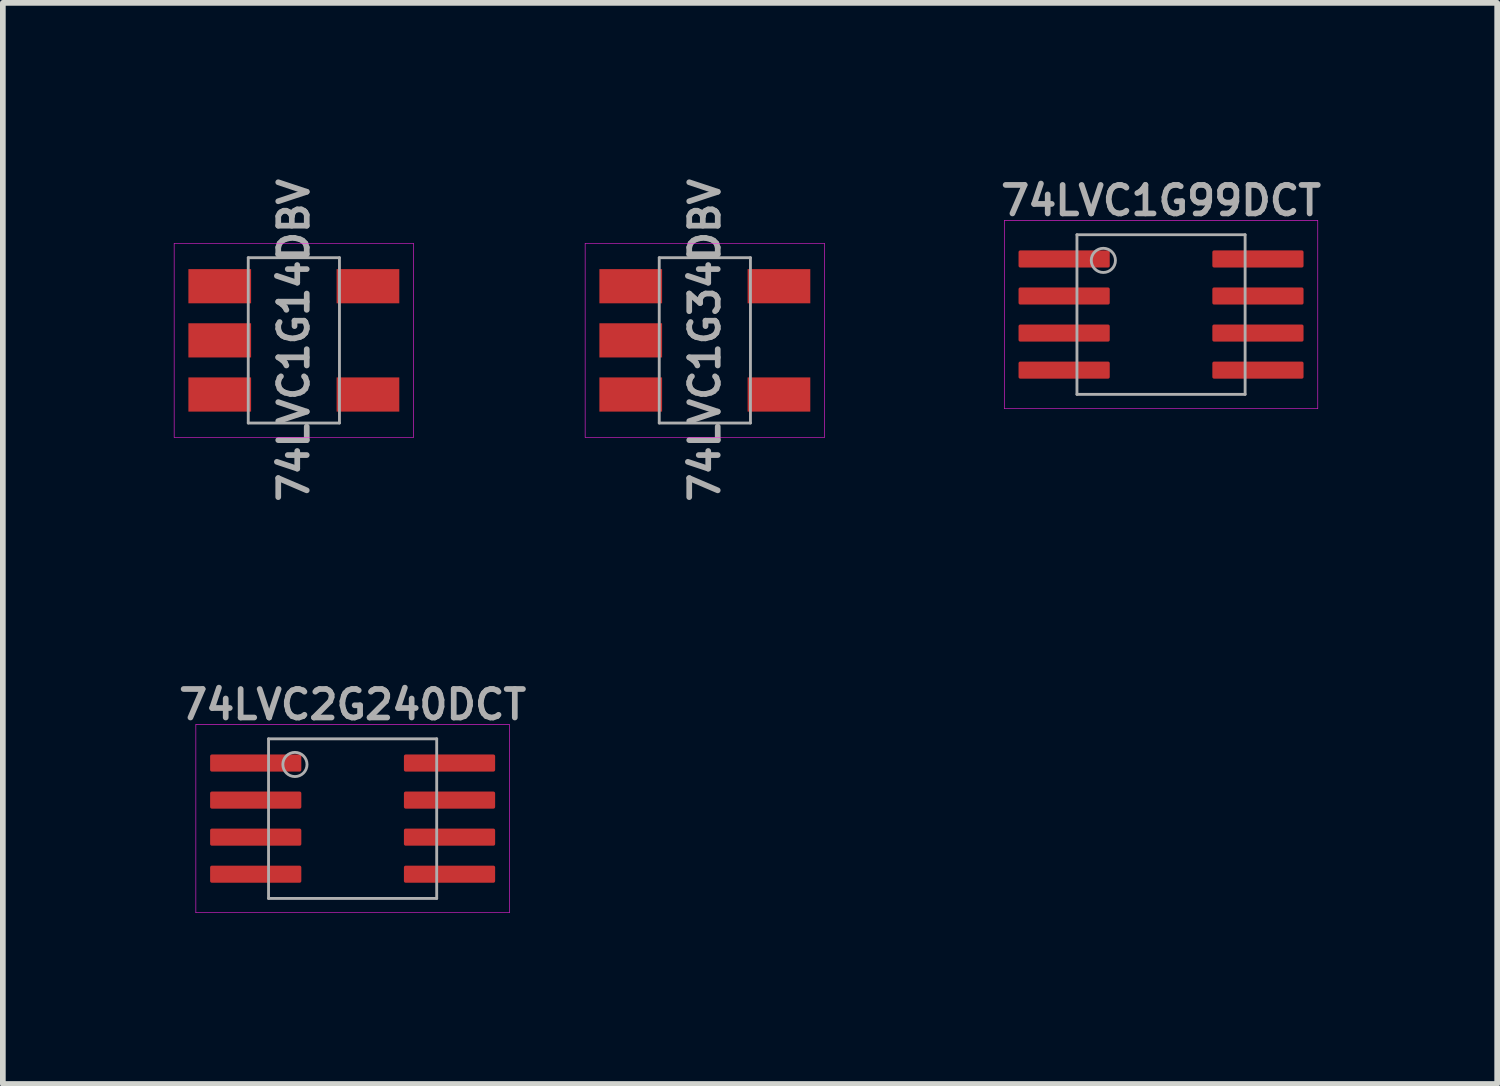
<source format=kicad_pcb>
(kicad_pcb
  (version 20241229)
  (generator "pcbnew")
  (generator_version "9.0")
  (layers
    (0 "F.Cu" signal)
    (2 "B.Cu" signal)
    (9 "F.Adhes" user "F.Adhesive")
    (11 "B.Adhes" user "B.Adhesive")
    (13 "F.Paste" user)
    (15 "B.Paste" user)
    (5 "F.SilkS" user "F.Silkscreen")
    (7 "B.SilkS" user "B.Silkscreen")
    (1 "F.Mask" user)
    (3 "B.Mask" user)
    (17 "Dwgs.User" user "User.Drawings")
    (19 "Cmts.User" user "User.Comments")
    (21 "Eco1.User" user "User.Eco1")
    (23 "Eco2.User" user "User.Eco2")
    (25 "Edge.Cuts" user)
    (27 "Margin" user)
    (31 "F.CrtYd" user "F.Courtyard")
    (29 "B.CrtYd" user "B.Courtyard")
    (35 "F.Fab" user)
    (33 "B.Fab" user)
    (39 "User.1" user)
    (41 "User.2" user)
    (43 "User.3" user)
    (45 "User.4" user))
  (footprint "74LVC1G99DCT"
    (layer "F.Cu")
    (at 17.318 2.468)
    (property "Reference" "74LVC1G99DCT" (at 0 -2 0) (layer "F.Fab") (effects (font (size 0.5 0.5) (thickness 0.1))))
    (attr smd)
    (fp_line (start -2.75 -1.65) (end 2.75 -1.65) (stroke (width 0.01) (type solid)) (layer "F.CrtYd"))
    (fp_line (start -2.75 1.65) (end -2.75 -1.65) (stroke (width 0.01) (type solid)) (layer "F.CrtYd"))
    (fp_line (start 2.75 -1.65) (end 2.75 1.65) (stroke (width 0.01) (type solid)) (layer "F.CrtYd"))
    (fp_line (start 2.75 1.65) (end -2.75 1.65) (stroke (width 0.01) (type solid)) (layer "F.CrtYd"))
    (fp_line (start -1.475 -1.4) (end 1.475 -1.4) (stroke (width 0.05) (type solid)) (layer "F.Fab"))
    (fp_line (start -1.475 1.4) (end -1.475 -1.4) (stroke (width 0.05) (type solid)) (layer "F.Fab"))
    (fp_line (start 1.475 -1.4) (end 1.475 1.4) (stroke (width 0.05) (type solid)) (layer "F.Fab"))
    (fp_line (start 1.475 1.4) (end -1.475 1.4) (stroke (width 0.05) (type solid)) (layer "F.Fab"))
    (fp_circle (center -1.012 -0.95) (end -0.862 -0.8) (stroke (width 0.05) (type solid)) (fill no) (layer "F.Fab"))
    (pad "1" smd roundrect (at -1.7 -0.975 270) (size 0.3 1.6) (layers "F.Cu" "F.Mask" "F.Paste") (roundrect_rratio 0.1))
    (pad "2" smd roundrect (at -1.7 -0.325 270) (size 0.3 1.6) (layers "F.Cu" "F.Mask" "F.Paste") (roundrect_rratio 0.1))
    (pad "3" smd roundrect (at -1.7 0.325 270) (size 0.3 1.6) (layers "F.Cu" "F.Mask" "F.Paste") (roundrect_rratio 0.1))
    (pad "4" smd roundrect (at -1.7 0.975 270) (size 0.3 1.6) (layers "F.Cu" "F.Mask" "F.Paste") (roundrect_rratio 0.1))
    (pad "5" smd roundrect (at 1.7 0.975 270) (size 0.3 1.6) (layers "F.Cu" "F.Mask" "F.Paste") (roundrect_rratio 0.1))
    (pad "6" smd roundrect (at 1.7 0.325 270) (size 0.3 1.6) (layers "F.Cu" "F.Mask" "F.Paste") (roundrect_rratio 0.1))
    (pad "7" smd roundrect (at 1.7 -0.325 270) (size 0.3 1.6) (layers "F.Cu" "F.Mask" "F.Paste") (roundrect_rratio 0.1))
    (pad "8" smd roundrect (at 1.7 -0.975 270) (size 0.3 1.6) (layers "F.Cu" "F.Mask" "F.Paste") (roundrect_rratio 0.1)))
  (footprint "74LVC2G240DCT"
    (layer "F.Cu")
    (at 3.136 11.311)
    (property "Reference" "74LVC2G240DCT" (at 0 -2 0) (layer "F.Fab") (effects (font (size 0.5 0.5) (thickness 0.1))))
    (attr smd)
    (fp_line (start -2.75 -1.65) (end 2.75 -1.65) (stroke (width 0.01) (type solid)) (layer "F.CrtYd"))
    (fp_line (start -2.75 1.65) (end -2.75 -1.65) (stroke (width 0.01) (type solid)) (layer "F.CrtYd"))
    (fp_line (start 2.75 -1.65) (end 2.75 1.65) (stroke (width 0.01) (type solid)) (layer "F.CrtYd"))
    (fp_line (start 2.75 1.65) (end -2.75 1.65) (stroke (width 0.01) (type solid)) (layer "F.CrtYd"))
    (fp_line (start -1.475 -1.4) (end 1.475 -1.4) (stroke (width 0.05) (type solid)) (layer "F.Fab"))
    (fp_line (start -1.475 1.4) (end -1.475 -1.4) (stroke (width 0.05) (type solid)) (layer "F.Fab"))
    (fp_line (start 1.475 -1.4) (end 1.475 1.4) (stroke (width 0.05) (type solid)) (layer "F.Fab"))
    (fp_line (start 1.475 1.4) (end -1.475 1.4) (stroke (width 0.05) (type solid)) (layer "F.Fab"))
    (fp_circle (center -1.012 -0.95) (end -0.862 -0.8) (stroke (width 0.05) (type solid)) (fill no) (layer "F.Fab"))
    (pad "1" smd roundrect (at -1.7 -0.975 270) (size 0.3 1.6) (layers "F.Cu" "F.Mask" "F.Paste") (roundrect_rratio 0.1))
    (pad "2" smd roundrect (at -1.7 -0.325 270) (size 0.3 1.6) (layers "F.Cu" "F.Mask" "F.Paste") (roundrect_rratio 0.1))
    (pad "3" smd roundrect (at -1.7 0.325 270) (size 0.3 1.6) (layers "F.Cu" "F.Mask" "F.Paste") (roundrect_rratio 0.1))
    (pad "4" smd roundrect (at -1.7 0.975 270) (size 0.3 1.6) (layers "F.Cu" "F.Mask" "F.Paste") (roundrect_rratio 0.1))
    (pad "5" smd roundrect (at 1.7 0.975 270) (size 0.3 1.6) (layers "F.Cu" "F.Mask" "F.Paste") (roundrect_rratio 0.1))
    (pad "6" smd roundrect (at 1.7 0.325 270) (size 0.3 1.6) (layers "F.Cu" "F.Mask" "F.Paste") (roundrect_rratio 0.1))
    (pad "7" smd roundrect (at 1.7 -0.325 270) (size 0.3 1.6) (layers "F.Cu" "F.Mask" "F.Paste") (roundrect_rratio 0.1))
    (pad "8" smd roundrect (at 1.7 -0.975 270) (size 0.3 1.6) (layers "F.Cu" "F.Mask" "F.Paste") (roundrect_rratio 0.1)))
  (footprint "74LVC1G14DBV"
    (layer "F.Cu")
    (at 2.105 2.921)
    (property "Reference" "74LVC1G14DBV" (at 0 0 90) (layer "F.Fab") (effects (font (size 0.5 0.5) (thickness 0.1))))
    (attr smd)
    (fp_line (start -2.1 -1.7) (end 2.1 -1.7) (stroke (width 0.01) (type solid)) (layer "F.CrtYd"))
    (fp_line (start -2.1 1.7) (end -2.1 -1.7) (stroke (width 0.01) (type solid)) (layer "F.CrtYd"))
    (fp_line (start 2.1 -1.7) (end 2.1 1.7) (stroke (width 0.01) (type solid)) (layer "F.CrtYd"))
    (fp_line (start 2.1 1.7) (end -2.1 1.7) (stroke (width 0.01) (type solid)) (layer "F.CrtYd"))
    (fp_line (start -0.8 -1.45) (end -0.8 1.45) (stroke (width 0.05) (type solid)) (layer "F.Fab"))
    (fp_line (start 0.8 -1.45) (end -0.8 -1.45) (stroke (width 0.05) (type solid)) (layer "F.Fab"))
    (fp_line (start 0.8 -1.45) (end 0.8 1.45) (stroke (width 0.05) (type solid)) (layer "F.Fab"))
    (fp_line (start 0.8 1.45) (end -0.8 1.45) (stroke (width 0.05) (type solid)) (layer "F.Fab"))
    (pad "1" smd rect (at -1.3 -0.95) (size 1.1 0.6) (layers "F.Cu" "F.Mask" "F.Paste"))
    (pad "2" smd rect (at -1.3 0) (size 1.1 0.6) (layers "F.Cu" "F.Mask" "F.Paste"))
    (pad "3" smd rect (at -1.3 0.95) (size 1.1 0.6) (layers "F.Cu" "F.Mask" "F.Paste"))
    (pad "4" smd rect (at 1.3 0.95) (size 1.1 0.6) (layers "F.Cu" "F.Mask" "F.Paste"))
    (pad "5" smd rect (at 1.3 -0.95) (size 1.1 0.6) (layers "F.Cu" "F.Mask" "F.Paste")))
  (footprint "74LVC1G34DBV"
    (layer "F.Cu")
    (at 9.315 2.921)
    (property "Reference" "74LVC1G34DBV" (at 0 0 90) (layer "F.Fab") (effects (font (size 0.5 0.5) (thickness 0.1))))
    (attr smd)
    (fp_line (start -2.1 -1.7) (end 2.1 -1.7) (stroke (width 0.01) (type solid)) (layer "F.CrtYd"))
    (fp_line (start -2.1 1.7) (end -2.1 -1.7) (stroke (width 0.01) (type solid)) (layer "F.CrtYd"))
    (fp_line (start 2.1 -1.7) (end 2.1 1.7) (stroke (width 0.01) (type solid)) (layer "F.CrtYd"))
    (fp_line (start 2.1 1.7) (end -2.1 1.7) (stroke (width 0.01) (type solid)) (layer "F.CrtYd"))
    (fp_line (start -0.8 -1.45) (end -0.8 1.45) (stroke (width 0.05) (type solid)) (layer "F.Fab"))
    (fp_line (start 0.8 -1.45) (end -0.8 -1.45) (stroke (width 0.05) (type solid)) (layer "F.Fab"))
    (fp_line (start 0.8 -1.45) (end 0.8 1.45) (stroke (width 0.05) (type solid)) (layer "F.Fab"))
    (fp_line (start 0.8 1.45) (end -0.8 1.45) (stroke (width 0.05) (type solid)) (layer "F.Fab"))
    (pad "1" smd rect (at -1.3 -0.95) (size 1.1 0.6) (layers "F.Cu" "F.Mask" "F.Paste"))
    (pad "2" smd rect (at -1.3 0) (size 1.1 0.6) (layers "F.Cu" "F.Mask" "F.Paste"))
    (pad "3" smd rect (at -1.3 0.95) (size 1.1 0.6) (layers "F.Cu" "F.Mask" "F.Paste"))
    (pad "4" smd rect (at 1.3 0.95) (size 1.1 0.6) (layers "F.Cu" "F.Mask" "F.Paste"))
    (pad "5" smd rect (at 1.3 -0.95) (size 1.1 0.6) (layers "F.Cu" "F.Mask" "F.Paste")))
  (gr_rect
    (start -3 -3)
    (end 23.215 15.966)
    (stroke (width 0.1) (type default))
    (fill no)
    (layer "Edge.Cuts")))
</source>
